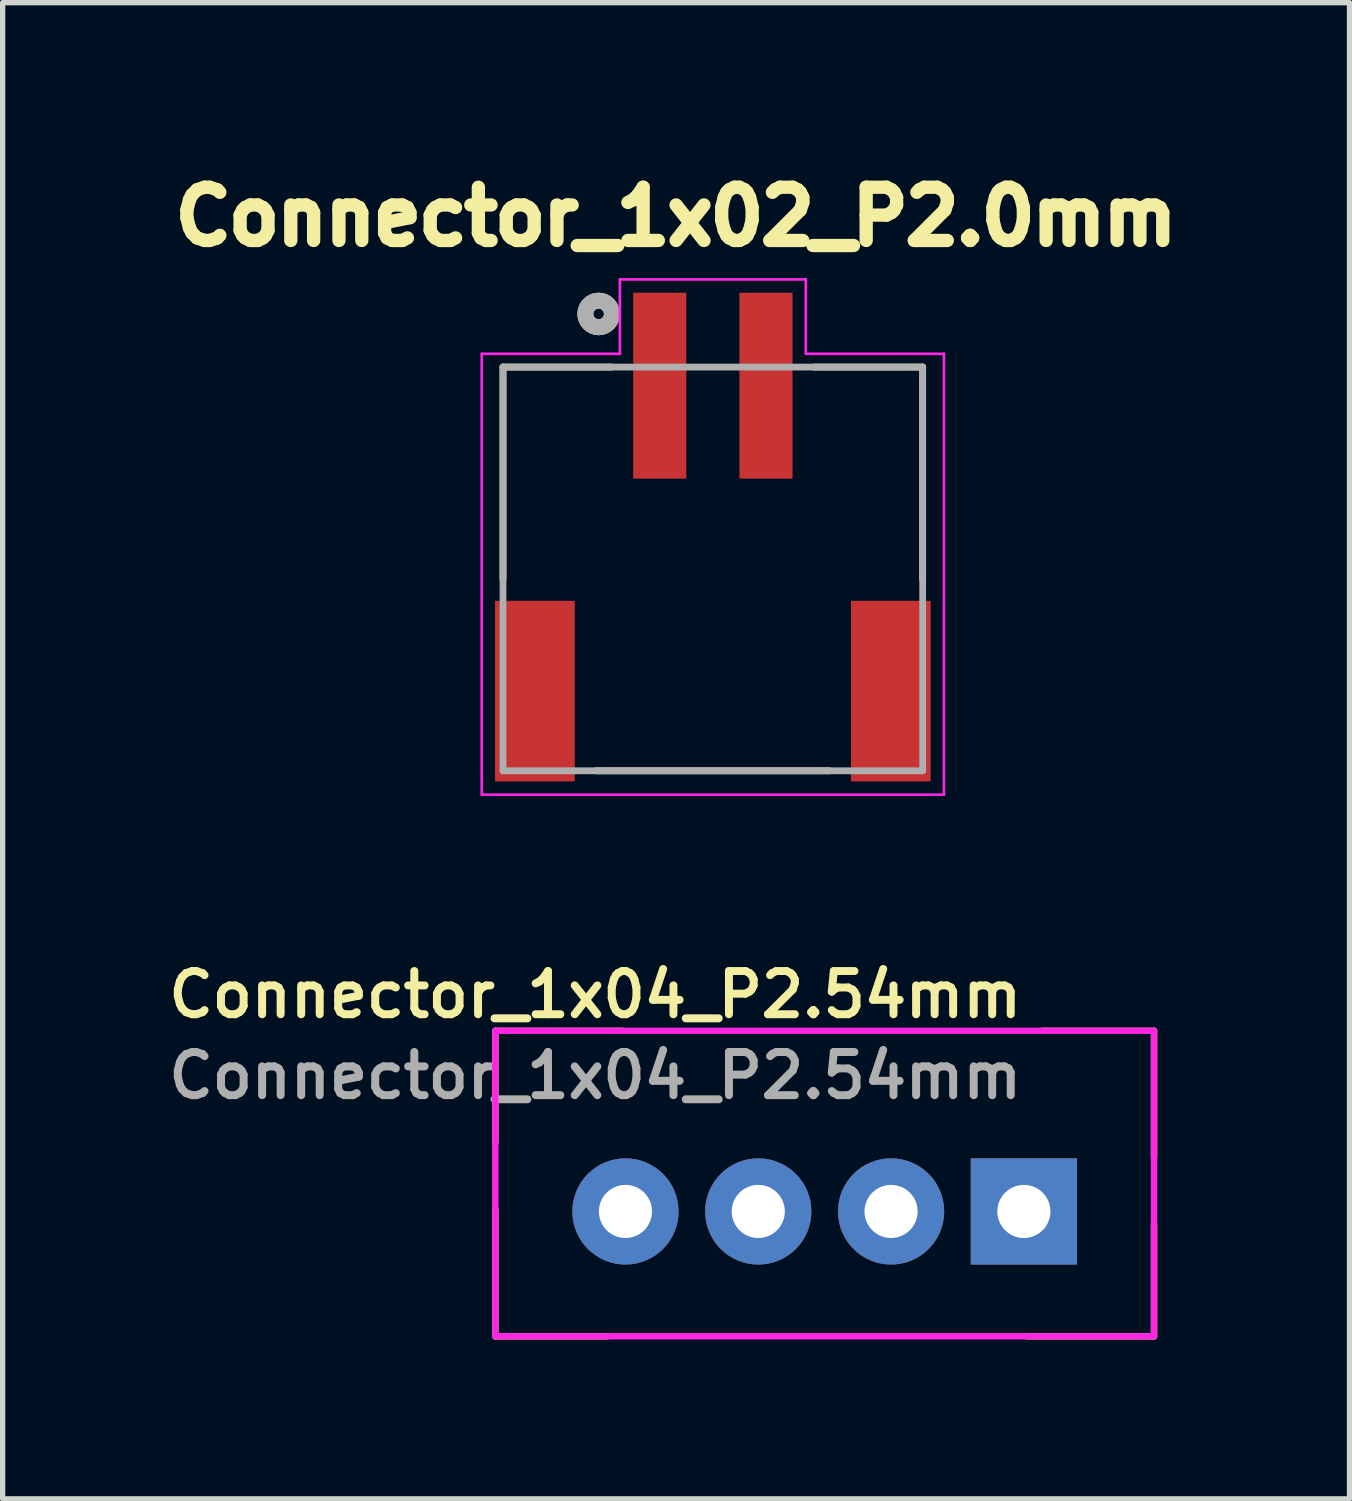
<source format=kicad_pcb>
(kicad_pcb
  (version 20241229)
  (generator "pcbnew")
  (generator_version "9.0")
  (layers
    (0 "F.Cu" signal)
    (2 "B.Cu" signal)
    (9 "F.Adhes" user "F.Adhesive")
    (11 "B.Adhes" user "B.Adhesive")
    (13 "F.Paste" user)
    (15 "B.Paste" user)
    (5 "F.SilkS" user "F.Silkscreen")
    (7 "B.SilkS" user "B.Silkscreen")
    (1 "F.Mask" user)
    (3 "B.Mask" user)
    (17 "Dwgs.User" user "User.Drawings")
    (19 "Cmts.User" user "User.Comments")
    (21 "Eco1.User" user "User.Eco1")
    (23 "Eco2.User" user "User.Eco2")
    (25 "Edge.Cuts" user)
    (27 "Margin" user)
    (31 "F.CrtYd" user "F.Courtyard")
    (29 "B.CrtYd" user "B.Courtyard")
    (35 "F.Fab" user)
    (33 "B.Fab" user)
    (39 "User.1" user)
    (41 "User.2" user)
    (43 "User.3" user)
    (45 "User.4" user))
  (footprint "Connector_1x04_P2.54mm"
    (layer "F.Cu")
    (at 12.474 19.23)
    (property "Reference" "Connector_1x04_P2.54mm" (at -4.318 -3.556 0) (layer "F.SilkS") (effects (font (size 0.813 0.813) (thickness 0.15))))
    (attr through_hole)
    (fp_line (start -6.2 -2.875) (end -6.2 -0.762) (stroke (width 0.12) (type solid)) (layer "F.SilkS"))
    (fp_line (start -6.2 -2.875) (end -3.81 -2.875) (stroke (width 0.12) (type solid)) (layer "F.SilkS"))
    (fp_line (start -6.2 2.875) (end -6.2 0.485) (stroke (width 0.12) (type solid)) (layer "F.SilkS"))
    (fp_line (start -6.2 2.875) (end -4.087 2.875) (stroke (width 0.12) (type solid)) (layer "F.SilkS"))
    (fp_line (start 6.2 -2.875) (end 4.087 -2.875) (stroke (width 0.12) (type solid)) (layer "F.SilkS"))
    (fp_line (start 6.2 -2.875) (end 6.2 -0.485) (stroke (width 0.12) (type solid)) (layer "F.SilkS"))
    (fp_line (start 6.2 2.875) (end 3.81 2.875) (stroke (width 0.12) (type solid)) (layer "F.SilkS"))
    (fp_line (start 6.2 2.875) (end 6.2 0.762) (stroke (width 0.12) (type solid)) (layer "F.SilkS"))
    (fp_line (start -6.2 -2.875) (end -6.2 2.875) (stroke (width 0.12) (type solid)) (layer "F.CrtYd"))
    (fp_line (start -6.2 -2.875) (end 6.2 -2.875) (stroke (width 0.12) (type solid)) (layer "F.CrtYd"))
    (fp_line (start -6.2 2.875) (end 6.2 2.875) (stroke (width 0.12) (type solid)) (layer "F.CrtYd"))
    (fp_line (start 6.2 -2.875) (end 6.2 2.875) (stroke (width 0.12) (type solid)) (layer "F.CrtYd"))
    (fp_text user "${REFERENCE}" (at -4.318 -2.032 0) (layer "F.Fab") (effects (font (size 0.813 0.813) (thickness 0.15))))
    (pad "1" thru_hole rect (at 3.75 0.525) (size 2 2) (drill 1) (layers "*.Cu" "*.Mask"))
    (pad "2" thru_hole circle (at 1.25 0.525) (size 2 2) (drill 1) (layers "*.Cu" "*.Mask"))
    (pad "3" thru_hole circle (at -1.25 0.525) (size 2 2) (drill 1) (layers "*.Cu" "*.Mask"))
    (pad "4" thru_hole circle (at -3.75 0.525) (size 2 2) (drill 1) (layers "*.Cu" "*.Mask")))
  (footprint "Connector_1x02_P2.0mm"
    (layer "F.Cu")
    (at 10.369 4.21)
    (property "Reference" "Connector_1x02_P2.0mm" (at -0.692 -3.184 0) (layer "F.SilkS") (effects (font (size 1.002 1.002) (thickness 0.251))))
    (attr smd)
    (fp_line (start -3.95 -0.35) (end -3.95 3.65) (stroke (width 0.127) (type solid)) (layer "F.SilkS"))
    (fp_line (start -2.2 7.25) (end 2.2 7.25) (stroke (width 0.127) (type solid)) (layer "F.SilkS"))
    (fp_line (start -1.9 -0.35) (end -3.95 -0.35) (stroke (width 0.127) (type solid)) (layer "F.SilkS"))
    (fp_line (start 3.95 -0.35) (end 1.9 -0.35) (stroke (width 0.127) (type solid)) (layer "F.SilkS"))
    (fp_line (start 3.95 3.65) (end 3.95 -0.35) (stroke (width 0.127) (type solid)) (layer "F.SilkS"))
    (fp_circle (center -2.15 -1.35) (end -2.05 -1.35) (stroke (width 0.3) (type solid)) (fill no) (layer "F.SilkS"))
    (fp_line (start -4.35 -0.6) (end -1.75 -0.6) (stroke (width 0.05) (type solid)) (layer "F.CrtYd"))
    (fp_line (start -4.35 7.7) (end -4.35 -0.6) (stroke (width 0.05) (type solid)) (layer "F.CrtYd"))
    (fp_line (start -1.75 -2) (end 1.75 -2) (stroke (width 0.05) (type solid)) (layer "F.CrtYd"))
    (fp_line (start -1.75 -0.6) (end -1.75 -2) (stroke (width 0.05) (type solid)) (layer "F.CrtYd"))
    (fp_line (start 1.75 -2) (end 1.75 -0.6) (stroke (width 0.05) (type solid)) (layer "F.CrtYd"))
    (fp_line (start 1.75 -0.6) (end 4.35 -0.6) (stroke (width 0.05) (type solid)) (layer "F.CrtYd"))
    (fp_line (start 4.35 -0.6) (end 4.35 7.7) (stroke (width 0.05) (type solid)) (layer "F.CrtYd"))
    (fp_line (start 4.35 7.7) (end -4.35 7.7) (stroke (width 0.05) (type solid)) (layer "F.CrtYd"))
    (fp_line (start -3.95 -0.35) (end 3.95 -0.35) (stroke (width 0.127) (type solid)) (layer "F.Fab"))
    (fp_line (start -3.95 7.25) (end -3.95 -0.35) (stroke (width 0.127) (type solid)) (layer "F.Fab"))
    (fp_line (start 3.95 -0.35) (end 3.95 7.25) (stroke (width 0.127) (type solid)) (layer "F.Fab"))
    (fp_line (start 3.95 7.25) (end -3.95 7.25) (stroke (width 0.127) (type solid)) (layer "F.Fab"))
    (fp_circle (center -2.15 -1.35) (end -2.05 -1.35) (stroke (width 0.3) (type solid)) (fill no) (layer "F.Fab"))
    (pad "1" smd rect (at -1 0) (size 1 3.5) (layers "F.Cu" "F.Mask" "F.Paste"))
    (pad "2" smd rect (at 1 0) (size 1 3.5) (layers "F.Cu" "F.Mask" "F.Paste"))
    (pad "S1" smd rect (at -3.35 5.75) (size 1.5 3.4) (layers "F.Cu" "F.Mask" "F.Paste"))
    (pad "S2" smd rect (at 3.35 5.75) (size 1.5 3.4) (layers "F.Cu" "F.Mask" "F.Paste")))
  (gr_rect
    (start -3 -3)
    (end 22.354 25.165)
    (stroke (width 0.1) (type default))
    (fill no)
    (layer "Edge.Cuts")))
</source>
